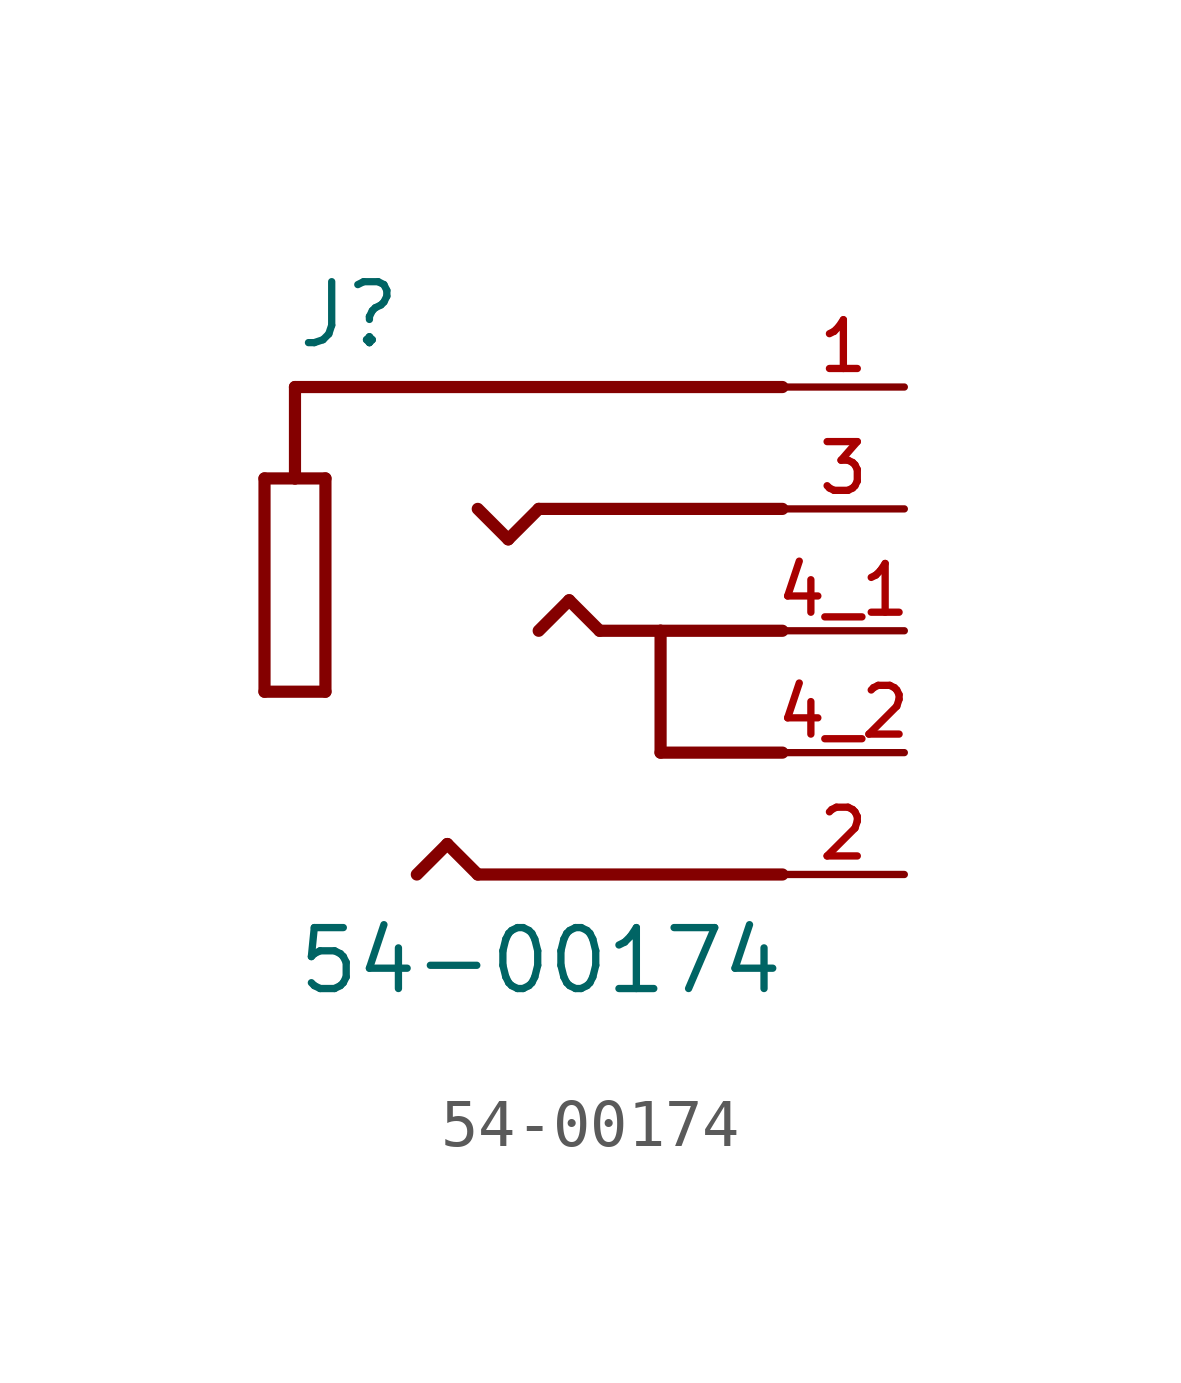
<source format=kicad_sym>
(kicad_symbol_lib
  (version 20211014)
  (generator kicad_symbol_editor)
  (symbol "54-00174"
    (pin_names
      (offset 1.016))
    (property "Reference" "J"
      (at -5.08 5.842 0)
      (effects (font (size 1.27 1.27)) (justify bottom left)))
    (property "Value" "54-00174"
      (at -5.08 -7.62 0)
      (effects (font (size 1.27 1.27)) (justify bottom left)))
    (symbol "54-00174_0_0"
      (polyline (pts (xy 5.08 5.08) (xy -5.08 5.08)) (stroke (width 0.254)))
      (polyline (pts (xy 5.08 -5.08) (xy -1.27 -5.08)) (stroke (width 0.254)))
      (polyline (pts (xy 5.08 0.0) (xy 2.54 0.0)) (stroke (width 0.254)))
      (polyline (pts (xy 2.54 0.0) (xy 1.27 0.0)) (stroke (width 0.254)))
      (polyline (pts (xy -5.08 5.08) (xy -5.08 3.175)) (stroke (width 0.254)))
      (polyline (pts (xy -5.08 3.175) (xy -4.445 3.175)) (stroke (width 0.254)))
      (polyline (pts (xy -4.445 3.175) (xy -4.445 -1.27)) (stroke (width 0.254)))
      (polyline (pts (xy -4.445 -1.27) (xy -5.715 -1.27)) (stroke (width 0.254)))
      (polyline (pts (xy -5.715 -1.27) (xy -5.715 3.175)) (stroke (width 0.254)))
      (polyline (pts (xy -5.715 3.175) (xy -5.08 3.175)) (stroke (width 0.254)))
      (polyline (pts (xy -1.27 -5.08) (xy -1.905 -4.445)) (stroke (width 0.254)))
      (polyline (pts (xy -1.905 -4.445) (xy -2.54 -5.08)) (stroke (width 0.254)))
      (polyline (pts (xy 1.27 0.0) (xy 0.635 0.635)) (stroke (width 0.254)))
      (polyline (pts (xy 0.635 0.635) (xy 0.0 0.0)) (stroke (width 0.254)))
      (polyline (pts (xy 5.08 2.54) (xy 0.0 2.54)) (stroke (width 0.254)))
      (polyline (pts (xy 0.0 2.54) (xy -0.635 1.905)) (stroke (width 0.254)))
      (polyline (pts (xy -0.635 1.905) (xy -1.27 2.54)) (stroke (width 0.254)))
      (polyline (pts (xy 5.08 -2.54) (xy 2.54 -2.54)) (stroke (width 0.254)))
      (polyline (pts (xy 2.54 -2.54) (xy 2.54 0.0)) (stroke (width 0.254)))
      (pin passive line (at 7.62 5.08 180.0) (length 2.54) (name "~" (effects (font (size 1.016 1.016)))) (number "1" (effects (font (size 1.016 1.016)))))
      (pin passive line (at 7.62 -5.08 180.0) (length 2.54) (name "~" (effects (font (size 1.016 1.016)))) (number "2" (effects (font (size 1.016 1.016)))))
      (pin passive line (at 7.62 0.0 180.0) (length 2.54) (name "~" (effects (font (size 1.016 1.016)))) (number "4_1" (effects (font (size 1.016 1.016)))))
      (pin passive line (at 7.62 2.54 180.0) (length 2.54) (name "~" (effects (font (size 1.016 1.016)))) (number "3" (effects (font (size 1.016 1.016)))))
      (pin passive line (at 7.62 -2.54 180.0) (length 2.54) (name "~" (effects (font (size 1.016 1.016)))) (number "4_2" (effects (font (size 1.016 1.016))))))))
</source>
